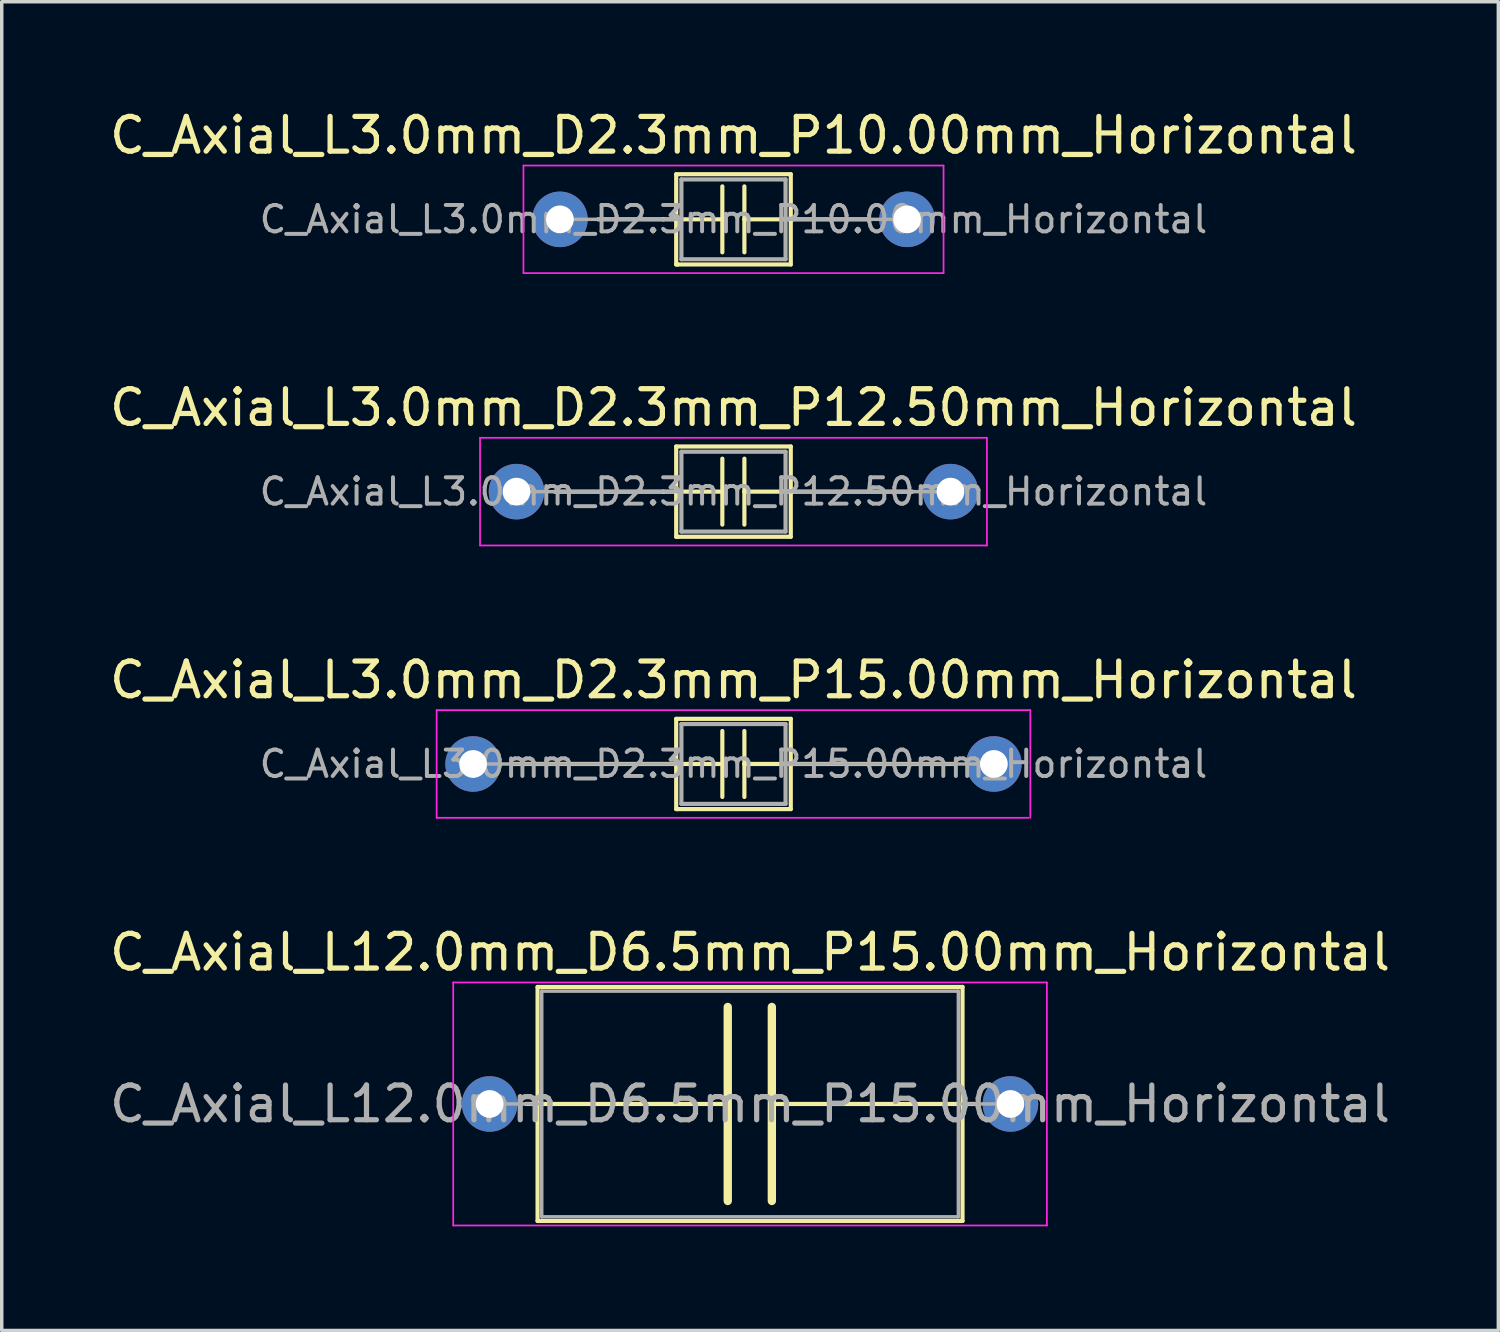
<source format=kicad_pcb>
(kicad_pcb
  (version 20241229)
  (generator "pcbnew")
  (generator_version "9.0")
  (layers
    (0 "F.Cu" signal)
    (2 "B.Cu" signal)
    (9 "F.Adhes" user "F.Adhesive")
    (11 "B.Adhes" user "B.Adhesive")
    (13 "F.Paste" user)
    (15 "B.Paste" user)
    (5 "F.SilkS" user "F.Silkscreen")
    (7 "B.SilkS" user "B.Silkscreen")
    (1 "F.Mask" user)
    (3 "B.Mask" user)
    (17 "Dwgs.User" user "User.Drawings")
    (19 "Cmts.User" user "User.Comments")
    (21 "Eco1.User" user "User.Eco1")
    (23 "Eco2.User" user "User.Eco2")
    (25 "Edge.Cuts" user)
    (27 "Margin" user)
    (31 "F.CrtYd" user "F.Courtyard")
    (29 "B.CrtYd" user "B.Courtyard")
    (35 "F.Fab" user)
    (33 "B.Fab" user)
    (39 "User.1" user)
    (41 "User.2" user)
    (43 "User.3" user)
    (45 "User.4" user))
  (footprint "C_Axial_L3.0mm_D2.3mm_P15.00mm_Horizontal"
    (layer "F.Cu")
    (at 10.577 18.955)
    (property "Reference" "C_Axial_L3.0mm_D2.3mm_P15.00mm_Horizontal" (at 7.5 -2.42 0) (layer "F.SilkS") (effects (font (size 1 1) (thickness 0.15))))
    (fp_line (start 1.1 0) (end 5.48 0) (stroke (width 0.12) (type solid)) (layer "F.SilkS"))
    (fp_line (start 5.48 0) (end 7.179 0) (stroke (width 0.12) (type solid)) (layer "F.SilkS"))
    (fp_line (start 5.85 -1.3) (end 9.15 -1.3) (stroke (width 0.12) (type solid)) (layer "F.SilkS"))
    (fp_line (start 5.85 1.3) (end 5.85 -1.3) (stroke (width 0.12) (type solid)) (layer "F.SilkS"))
    (fp_line (start 5.9 1.3) (end 5.85 1.3) (stroke (width 0.12) (type solid)) (layer "F.SilkS"))
    (fp_line (start 7.179 0) (end 7.179 -0.95) (stroke (width 0.12) (type solid)) (layer "F.SilkS"))
    (fp_line (start 7.179 0) (end 7.179 0.95) (stroke (width 0.12) (type solid)) (layer "F.SilkS"))
    (fp_line (start 7.814 0) (end 7.814 -0.95) (stroke (width 0.12) (type solid)) (layer "F.SilkS"))
    (fp_line (start 7.814 0) (end 7.814 0.95) (stroke (width 0.12) (type solid)) (layer "F.SilkS"))
    (fp_line (start 9.15 -1.3) (end 9.15 0) (stroke (width 0.12) (type solid)) (layer "F.SilkS"))
    (fp_line (start 9.15 0) (end 9.15 1.3) (stroke (width 0.12) (type solid)) (layer "F.SilkS"))
    (fp_line (start 9.15 1.3) (end 5.9 1.3) (stroke (width 0.12) (type solid)) (layer "F.SilkS"))
    (fp_line (start 9.211 0) (end 7.814 0) (stroke (width 0.12) (type solid)) (layer "F.SilkS"))
    (fp_line (start 13.9 0) (end 9.211 0) (stroke (width 0.12) (type solid)) (layer "F.SilkS"))
    (fp_line (start -1.05 -1.55) (end -1.05 1.55) (stroke (width 0.05) (type solid)) (layer "F.CrtYd"))
    (fp_line (start -1.05 1.55) (end 16 1.55) (stroke (width 0.05) (type solid)) (layer "F.CrtYd"))
    (fp_line (start 16.05 -1.55) (end -1.05 -1.55) (stroke (width 0.05) (type solid)) (layer "F.CrtYd"))
    (fp_line (start 16.05 1.55) (end 16.05 -1.55) (stroke (width 0.05) (type solid)) (layer "F.CrtYd"))
    (fp_line (start 0 0) (end 6 0) (stroke (width 0.1) (type solid)) (layer "F.Fab"))
    (fp_line (start 6 -1.15) (end 9 -1.15) (stroke (width 0.12) (type solid)) (layer "F.Fab"))
    (fp_line (start 6 0) (end 6 -1.15) (stroke (width 0.12) (type solid)) (layer "F.Fab"))
    (fp_line (start 6 1.15) (end 6 0) (stroke (width 0.12) (type solid)) (layer "F.Fab"))
    (fp_line (start 9 -1.15) (end 9 0) (stroke (width 0.12) (type solid)) (layer "F.Fab"))
    (fp_line (start 9 0) (end 9 1.15) (stroke (width 0.12) (type solid)) (layer "F.Fab"))
    (fp_line (start 9 1.15) (end 6 1.15) (stroke (width 0.12) (type solid)) (layer "F.Fab"))
    (fp_line (start 15 0) (end 9 0) (stroke (width 0.1) (type solid)) (layer "F.Fab"))
    (fp_text user "${REFERENCE}" (at 7.5 0 0) (layer "F.Fab") (effects (font (size 0.76 0.76) (thickness 0.114))))
    (pad "1" thru_hole circle (at 0 0) (size 1.6 1.6) (drill 0.8) (layers "*.Cu" "*.Mask"))
    (pad "2" thru_hole oval (at 15 0) (size 1.6 1.6) (drill 0.8) (layers "*.Cu" "*.Mask")))
  (footprint "C_Axial_L12.0mm_D6.5mm_P15.00mm_Horizontal"
    (layer "F.Cu")
    (at 11.054 28.748)
    (property "Reference" "C_Axial_L12.0mm_D6.5mm_P15.00mm_Horizontal" (at 7.5 -4.37 0) (layer "F.SilkS") (effects (font (size 1 1) (thickness 0.15))))
    (attr through_hole)
    (fp_line (start 1.04 0) (end 1.38 0) (stroke (width 0.12) (type solid)) (layer "F.SilkS"))
    (fp_line (start 1.38 -3.37) (end 1.38 3.37) (stroke (width 0.12) (type solid)) (layer "F.SilkS"))
    (fp_line (start 1.38 0) (end 6.858 0) (stroke (width 0.12) (type solid)) (layer "F.SilkS"))
    (fp_line (start 1.38 3.37) (end 13.62 3.37) (stroke (width 0.12) (type solid)) (layer "F.SilkS"))
    (fp_line (start 6.858 -2.794) (end 6.858 2.794) (stroke (width 0.24) (type solid)) (layer "F.SilkS"))
    (fp_line (start 8.128 2.794) (end 8.128 -2.794) (stroke (width 0.24) (type solid)) (layer "F.SilkS"))
    (fp_line (start 13.62 -3.37) (end 1.38 -3.37) (stroke (width 0.12) (type solid)) (layer "F.SilkS"))
    (fp_line (start 13.62 0) (end 8.128 0) (stroke (width 0.12) (type solid)) (layer "F.SilkS"))
    (fp_line (start 13.62 3.37) (end 13.62 -3.37) (stroke (width 0.12) (type solid)) (layer "F.SilkS"))
    (fp_line (start 13.96 0) (end 13.62 0) (stroke (width 0.12) (type solid)) (layer "F.SilkS"))
    (fp_line (start -1.05 -3.5) (end -1.05 3.5) (stroke (width 0.05) (type solid)) (layer "F.CrtYd"))
    (fp_line (start -1.05 3.5) (end 16.05 3.5) (stroke (width 0.05) (type solid)) (layer "F.CrtYd"))
    (fp_line (start 16.05 -3.5) (end -1.05 -3.5) (stroke (width 0.05) (type solid)) (layer "F.CrtYd"))
    (fp_line (start 16.05 3.5) (end 16.05 -3.5) (stroke (width 0.05) (type solid)) (layer "F.CrtYd"))
    (fp_line (start 0 0) (end 1.5 0) (stroke (width 0.1) (type solid)) (layer "F.Fab"))
    (fp_line (start 1.5 -3.25) (end 1.5 3.25) (stroke (width 0.1) (type solid)) (layer "F.Fab"))
    (fp_line (start 1.5 3.25) (end 13.5 3.25) (stroke (width 0.1) (type solid)) (layer "F.Fab"))
    (fp_line (start 13.5 -3.25) (end 1.5 -3.25) (stroke (width 0.1) (type solid)) (layer "F.Fab"))
    (fp_line (start 13.5 3.25) (end 13.5 -3.25) (stroke (width 0.1) (type solid)) (layer "F.Fab"))
    (fp_line (start 15 0) (end 13.5 0) (stroke (width 0.1) (type solid)) (layer "F.Fab"))
    (fp_text user "${REFERENCE}" (at 7.5 0 0) (layer "F.Fab") (effects (font (size 1 1) (thickness 0.15))))
    (pad "1" thru_hole circle (at 0 0) (size 1.6 1.6) (drill 0.8) (layers "*.Cu" "*.Mask"))
    (pad "2" thru_hole oval (at 15 0) (size 1.6 1.6) (drill 0.8) (layers "*.Cu" "*.Mask")))
  (footprint "C_Axial_L3.0mm_D2.3mm_P12.50mm_Horizontal"
    (layer "F.Cu")
    (at 11.827 11.111)
    (property "Reference" "C_Axial_L3.0mm_D2.3mm_P12.50mm_Horizontal" (at 6.25 -2.42 0) (layer "F.SilkS") (effects (font (size 1 1) (thickness 0.15))))
    (fp_line (start 1.1 0) (end 4.23 0) (stroke (width 0.12) (type solid)) (layer "F.SilkS"))
    (fp_line (start 4.23 0) (end 5.929 0) (stroke (width 0.12) (type solid)) (layer "F.SilkS"))
    (fp_line (start 4.6 -1.3) (end 7.9 -1.3) (stroke (width 0.12) (type solid)) (layer "F.SilkS"))
    (fp_line (start 4.6 1.3) (end 4.6 -1.3) (stroke (width 0.12) (type solid)) (layer "F.SilkS"))
    (fp_line (start 4.65 1.3) (end 4.6 1.3) (stroke (width 0.12) (type solid)) (layer "F.SilkS"))
    (fp_line (start 5.929 0) (end 5.929 -0.95) (stroke (width 0.12) (type solid)) (layer "F.SilkS"))
    (fp_line (start 5.929 0) (end 5.929 0.95) (stroke (width 0.12) (type solid)) (layer "F.SilkS"))
    (fp_line (start 6.564 0) (end 6.564 -0.95) (stroke (width 0.12) (type solid)) (layer "F.SilkS"))
    (fp_line (start 6.564 0) (end 6.564 0.95) (stroke (width 0.12) (type solid)) (layer "F.SilkS"))
    (fp_line (start 7.9 -1.3) (end 7.9 0) (stroke (width 0.12) (type solid)) (layer "F.SilkS"))
    (fp_line (start 7.9 0) (end 7.9 1.3) (stroke (width 0.12) (type solid)) (layer "F.SilkS"))
    (fp_line (start 7.9 1.3) (end 4.65 1.3) (stroke (width 0.12) (type solid)) (layer "F.SilkS"))
    (fp_line (start 7.961 0) (end 6.564 0) (stroke (width 0.12) (type solid)) (layer "F.SilkS"))
    (fp_line (start 11.4 0) (end 7.961 0) (stroke (width 0.12) (type solid)) (layer "F.SilkS"))
    (fp_line (start -1.05 -1.55) (end -1.05 1.55) (stroke (width 0.05) (type solid)) (layer "F.CrtYd"))
    (fp_line (start -1.05 1.55) (end 13.55 1.55) (stroke (width 0.05) (type solid)) (layer "F.CrtYd"))
    (fp_line (start 13.55 -1.55) (end -1.05 -1.55) (stroke (width 0.05) (type solid)) (layer "F.CrtYd"))
    (fp_line (start 13.55 1.55) (end 13.55 -1.55) (stroke (width 0.05) (type solid)) (layer "F.CrtYd"))
    (fp_line (start 0 0) (end 4.75 0) (stroke (width 0.1) (type solid)) (layer "F.Fab"))
    (fp_line (start 4.75 -1.15) (end 7.75 -1.15) (stroke (width 0.12) (type solid)) (layer "F.Fab"))
    (fp_line (start 4.75 0) (end 4.75 -1.15) (stroke (width 0.12) (type solid)) (layer "F.Fab"))
    (fp_line (start 4.75 1.15) (end 4.75 0) (stroke (width 0.12) (type solid)) (layer "F.Fab"))
    (fp_line (start 7.75 -1.15) (end 7.75 0) (stroke (width 0.12) (type solid)) (layer "F.Fab"))
    (fp_line (start 7.75 0) (end 7.75 1.15) (stroke (width 0.12) (type solid)) (layer "F.Fab"))
    (fp_line (start 7.75 1.15) (end 4.75 1.15) (stroke (width 0.12) (type solid)) (layer "F.Fab"))
    (fp_line (start 12.5 0) (end 7.75 0) (stroke (width 0.1) (type solid)) (layer "F.Fab"))
    (fp_text user "${REFERENCE}" (at 6.25 0 0) (layer "F.Fab") (effects (font (size 0.76 0.76) (thickness 0.114))))
    (pad "1" thru_hole circle (at 0 0) (size 1.6 1.6) (drill 0.8) (layers "*.Cu" "*.Mask"))
    (pad "2" thru_hole oval (at 12.5 0) (size 1.6 1.6) (drill 0.8) (layers "*.Cu" "*.Mask")))
  (footprint "C_Axial_L3.0mm_D2.3mm_P10.00mm_Horizontal"
    (layer "F.Cu")
    (at 13.077 3.268)
    (property "Reference" "C_Axial_L3.0mm_D2.3mm_P10.00mm_Horizontal" (at 5 -2.42 0) (layer "F.SilkS") (effects (font (size 1 1) (thickness 0.15))))
    (attr through_hole)
    (fp_line (start 1.1 0) (end 2.98 0) (stroke (width 0.12) (type solid)) (layer "F.SilkS"))
    (fp_line (start 2.98 0) (end 4.679 0) (stroke (width 0.12) (type solid)) (layer "F.SilkS"))
    (fp_line (start 3.35 -1.3) (end 6.65 -1.3) (stroke (width 0.12) (type solid)) (layer "F.SilkS"))
    (fp_line (start 3.35 1.3) (end 3.35 -1.3) (stroke (width 0.12) (type solid)) (layer "F.SilkS"))
    (fp_line (start 3.4 1.3) (end 3.35 1.3) (stroke (width 0.12) (type solid)) (layer "F.SilkS"))
    (fp_line (start 4.679 0) (end 4.679 -0.95) (stroke (width 0.12) (type solid)) (layer "F.SilkS"))
    (fp_line (start 4.679 0) (end 4.679 0.95) (stroke (width 0.12) (type solid)) (layer "F.SilkS"))
    (fp_line (start 5.314 0) (end 5.314 -0.95) (stroke (width 0.12) (type solid)) (layer "F.SilkS"))
    (fp_line (start 5.314 0) (end 5.314 0.95) (stroke (width 0.12) (type solid)) (layer "F.SilkS"))
    (fp_line (start 6.65 -1.3) (end 6.65 0) (stroke (width 0.12) (type solid)) (layer "F.SilkS"))
    (fp_line (start 6.65 0) (end 6.65 1.3) (stroke (width 0.12) (type solid)) (layer "F.SilkS"))
    (fp_line (start 6.65 1.3) (end 3.4 1.3) (stroke (width 0.12) (type solid)) (layer "F.SilkS"))
    (fp_line (start 6.711 0) (end 5.314 0) (stroke (width 0.12) (type solid)) (layer "F.SilkS"))
    (fp_line (start 8.9 0) (end 6.711 0) (stroke (width 0.12) (type solid)) (layer "F.SilkS"))
    (fp_line (start -1.05 -1.55) (end -1.05 1.55) (stroke (width 0.05) (type solid)) (layer "F.CrtYd"))
    (fp_line (start -1.05 1.55) (end 11.05 1.55) (stroke (width 0.05) (type solid)) (layer "F.CrtYd"))
    (fp_line (start 11.05 -1.55) (end -1.05 -1.55) (stroke (width 0.05) (type solid)) (layer "F.CrtYd"))
    (fp_line (start 11.05 1.55) (end 11.05 -1.55) (stroke (width 0.05) (type solid)) (layer "F.CrtYd"))
    (fp_line (start 0 0) (end 3.5 0) (stroke (width 0.1) (type solid)) (layer "F.Fab"))
    (fp_line (start 3.5 -1.15) (end 6.5 -1.15) (stroke (width 0.12) (type solid)) (layer "F.Fab"))
    (fp_line (start 3.5 0) (end 3.5 -1.15) (stroke (width 0.12) (type solid)) (layer "F.Fab"))
    (fp_line (start 3.5 1.15) (end 3.5 0) (stroke (width 0.12) (type solid)) (layer "F.Fab"))
    (fp_line (start 6.5 -1.15) (end 6.5 0) (stroke (width 0.12) (type solid)) (layer "F.Fab"))
    (fp_line (start 6.5 0) (end 6.5 1.15) (stroke (width 0.12) (type solid)) (layer "F.Fab"))
    (fp_line (start 6.5 1.15) (end 3.5 1.15) (stroke (width 0.12) (type solid)) (layer "F.Fab"))
    (fp_line (start 10 0) (end 6.5 0) (stroke (width 0.1) (type solid)) (layer "F.Fab"))
    (fp_text user "${REFERENCE}" (at 5 0 0) (layer "F.Fab") (effects (font (size 0.76 0.76) (thickness 0.114))))
    (pad "1" thru_hole circle (at 0 0) (size 1.6 1.6) (drill 0.8) (layers "*.Cu" "*.Mask"))
    (pad "2" thru_hole oval (at 10 0) (size 1.6 1.6) (drill 0.8) (layers "*.Cu" "*.Mask")))
  (gr_rect
    (start -3 -3)
    (end 40.107 35.273)
    (stroke (width 0.1) (type default))
    (fill no)
    (layer "Edge.Cuts")))
</source>
